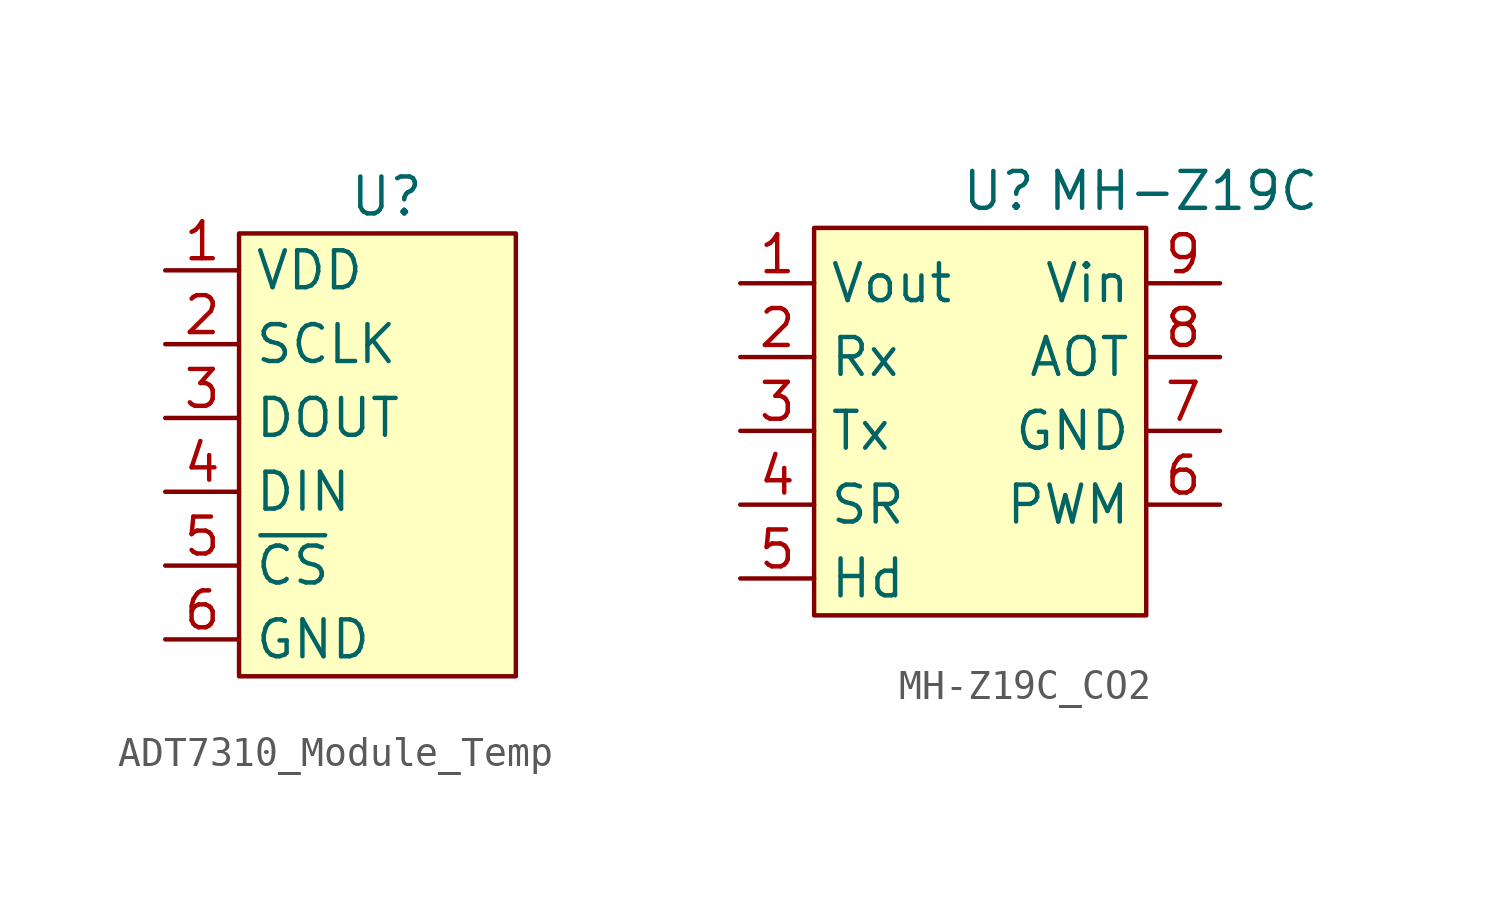
<source format=kicad_sym>
(kicad_symbol_lib
  (version 20241209)
  (generator "kicad_symbol_editor")
  (generator_version "9.0")
  (symbol "ADT7310_Module_Temp"
    (property "Reference" "U"
      (at 0 3.81 0)
      (effects (font (size 1.27 1.27))))
    (property "Value" ""
      (at 0 0 0)
      (effects (font (size 1.27 1.27))))
    (symbol "ADT7310_Module_Temp_1_1"
      (rectangle (start -5.08 2.54) (end 4.445 -12.7) (stroke (width 0) (type solid)) (fill (type background)))
      (pin power_in line (at -7.62 1.27 0) (length 2.54) (name "VDD" (effects (font (size 1.27 1.27)))) (number "1" (effects (font (size 1.27 1.27)))))
      (pin input line (at -7.62 -1.27 0) (length 2.54) (name "SCLK" (effects (font (size 1.27 1.27)))) (number "2" (effects (font (size 1.27 1.27)))))
      (pin output line (at -7.62 -3.81 0) (length 2.54) (name "DOUT" (effects (font (size 1.27 1.27)))) (number "3" (effects (font (size 1.27 1.27)))))
      (pin input line (at -7.62 -6.35 0) (length 2.54) (name "DIN" (effects (font (size 1.27 1.27)))) (number "4" (effects (font (size 1.27 1.27)))))
      (pin input line (at -7.62 -8.89 0) (length 2.54) (name "~{CS}" (effects (font (size 1.27 1.27)))) (number "5" (effects (font (size 1.27 1.27)))))
      (pin power_in line (at -7.62 -11.43 0) (length 2.54) (name "GND" (effects (font (size 1.27 1.27)))) (number "6" (effects (font (size 1.27 1.27)))))))
  (symbol "MH-Z19C_CO2"
    (property "Reference" "U"
      (at 0 4.445 0)
      (effects (font (size 1.27 1.27))))
    (property "Value" "MH-Z19C"
      (at 6.35 4.445 0)
      (effects (font (size 1.27 1.27))))
    (symbol "MH-Z19C_CO2_1_1"
      (rectangle (start -6.35 3.175) (end 5.08 -10.16) (stroke (width 0) (type solid)) (fill (type background)))
      (pin power_out line (at -8.89 1.27 0) (length 2.54) (name "Vout" (effects (font (size 1.27 1.27)))) (number "1" (effects (font (size 1.27 1.27)))))
      (pin input line (at -8.89 -1.27 0) (length 2.54) (name "Rx" (effects (font (size 1.27 1.27)))) (number "2" (effects (font (size 1.27 1.27)))))
      (pin output line (at -8.89 -3.81 0) (length 2.54) (name "Tx" (effects (font (size 1.27 1.27)))) (number "3" (effects (font (size 1.27 1.27)))))
      (pin input line (at -8.89 -6.35 0) (length 2.54) (name "SR" (effects (font (size 1.27 1.27)))) (number "4" (effects (font (size 1.27 1.27)))))
      (pin input line (at -8.89 -8.89 0) (length 2.54) (name "Hd" (effects (font (size 1.27 1.27)))) (number "5" (effects (font (size 1.27 1.27)))))
      (pin power_in line (at 7.62 1.27 180) (length 2.54) (name "Vin" (effects (font (size 1.27 1.27)))) (number "9" (effects (font (size 1.27 1.27)))))
      (pin output line (at 7.62 -1.27 180) (length 2.54) (name "AOT" (effects (font (size 1.27 1.27)))) (number "8" (effects (font (size 1.27 1.27)))))
      (pin power_in line (at 7.62 -3.81 180) (length 2.54) (name "GND" (effects (font (size 1.27 1.27)))) (number "7" (effects (font (size 1.27 1.27)))))
      (pin output line (at 7.62 -6.35 180) (length 2.54) (name "PWM" (effects (font (size 1.27 1.27)))) (number "6" (effects (font (size 1.27 1.27))))))))
</source>
